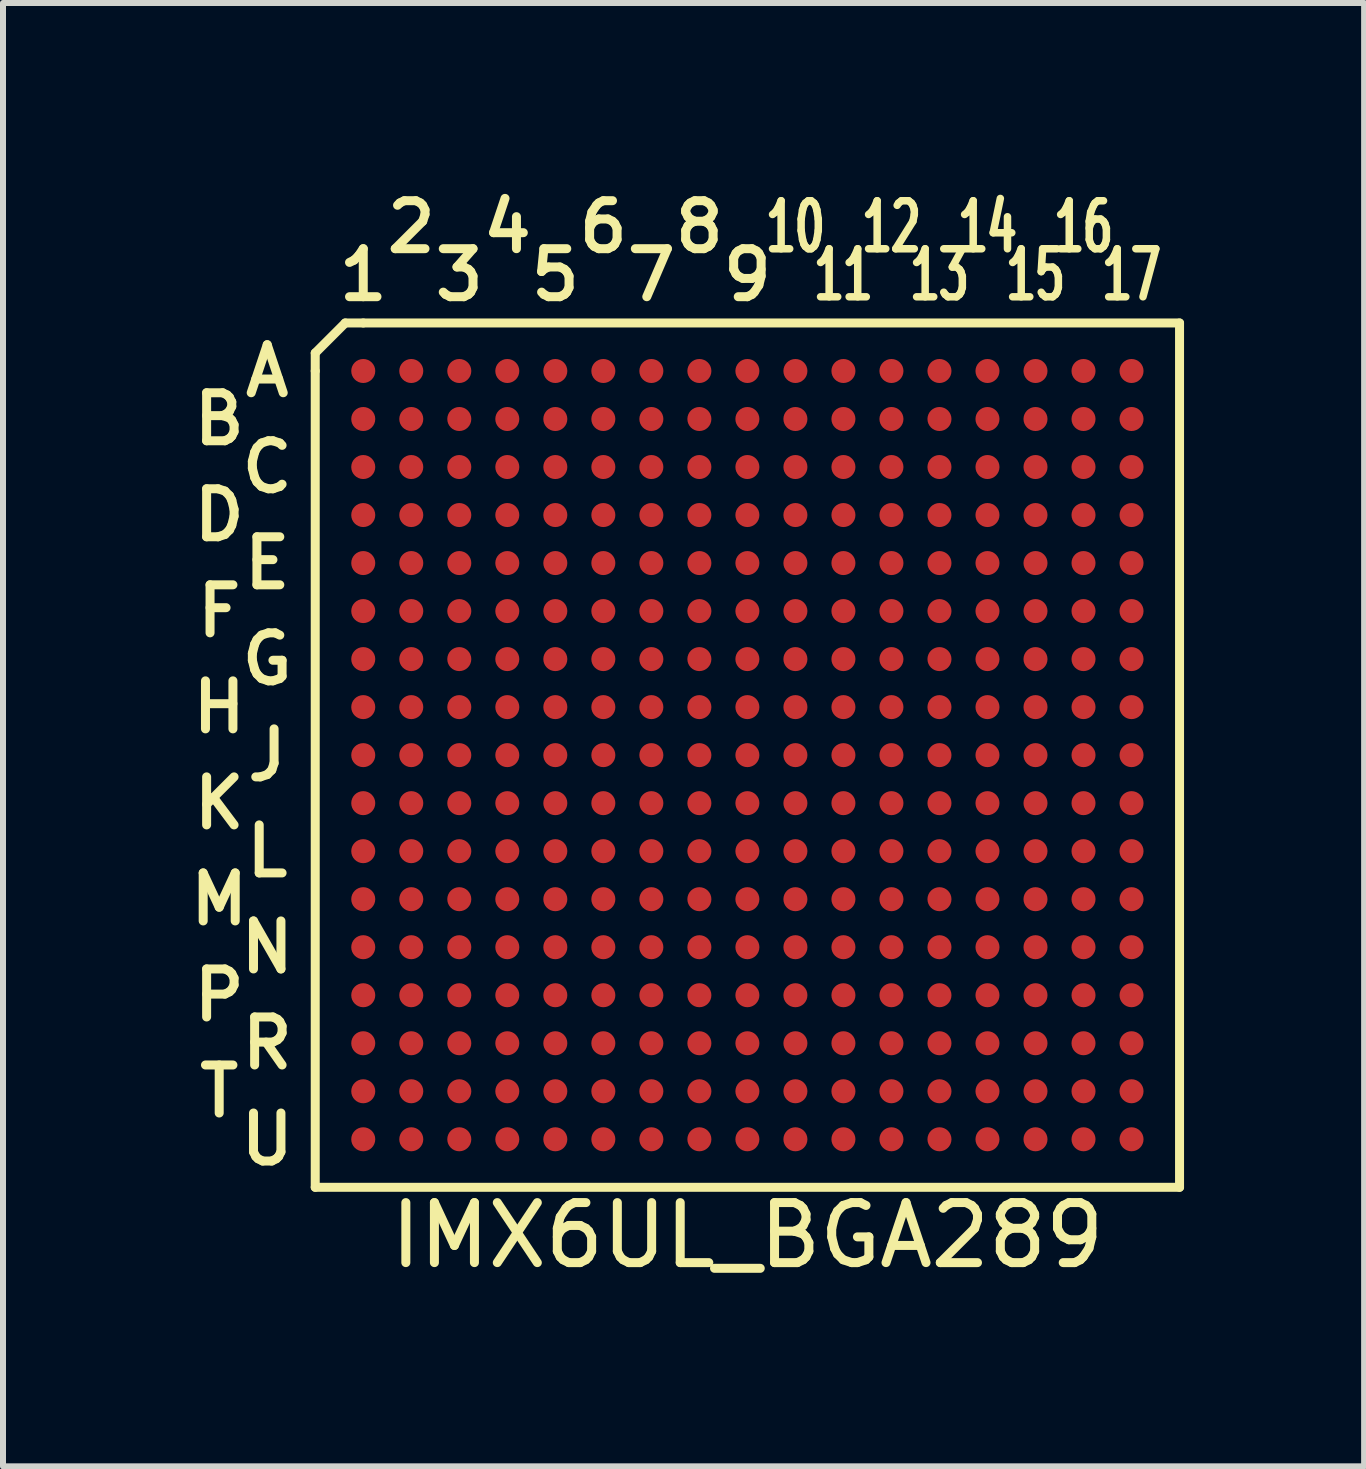
<source format=kicad_pcb>
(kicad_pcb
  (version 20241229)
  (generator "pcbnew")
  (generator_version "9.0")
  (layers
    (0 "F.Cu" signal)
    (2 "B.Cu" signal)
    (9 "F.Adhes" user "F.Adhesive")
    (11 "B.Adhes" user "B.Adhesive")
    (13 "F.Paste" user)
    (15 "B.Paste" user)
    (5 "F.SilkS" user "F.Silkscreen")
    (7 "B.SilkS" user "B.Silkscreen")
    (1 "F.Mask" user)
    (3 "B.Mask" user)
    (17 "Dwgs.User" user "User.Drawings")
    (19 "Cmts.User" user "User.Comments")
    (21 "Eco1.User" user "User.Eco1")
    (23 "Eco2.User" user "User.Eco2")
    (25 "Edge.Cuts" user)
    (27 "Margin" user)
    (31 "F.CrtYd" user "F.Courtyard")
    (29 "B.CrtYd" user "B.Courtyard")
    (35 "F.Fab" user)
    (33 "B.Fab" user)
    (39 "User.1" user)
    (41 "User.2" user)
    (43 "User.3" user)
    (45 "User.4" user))
  (footprint "IMX6UL_BGA289"
    (layer "F.Cu")
    (at 9.402 9.531)
    (property "Reference" "IMX6UL_BGA289" (at 0 8 0) (layer "F.SilkS") (effects (font (size 1 1) (thickness 0.15))))
    (attr through_hole)
    (fp_line (start -7.2 -6.7) (end -7.2 -6.4) (stroke (width 0.15) (type solid)) (layer "F.SilkS"))
    (fp_line (start -7.2 -6.4) (end -7.2 7.2) (stroke (width 0.15) (type solid)) (layer "F.SilkS"))
    (fp_line (start -7.2 7.2) (end 7.2 7.2) (stroke (width 0.15) (type solid)) (layer "F.SilkS"))
    (fp_line (start -6.7 -7.2) (end -7.2 -6.7) (stroke (width 0.15) (type solid)) (layer "F.SilkS"))
    (fp_line (start -6.4 -7.2) (end -6.7 -7.2) (stroke (width 0.15) (type solid)) (layer "F.SilkS"))
    (fp_line (start -6.4 -7.2) (end 7.2 -7.2) (stroke (width 0.15) (type solid)) (layer "F.SilkS"))
    (fp_line (start 7.2 -7.2) (end 7.2 7.2) (stroke (width 0.15) (type solid)) (layer "F.SilkS"))
    (fp_text user "13" (at 3.2 -8 0) (layer "F.SilkS") (effects (font (size 0.8 0.5) (thickness 0.125))))
    (fp_text user "3" (at -4.8 -8 0) (layer "F.SilkS") (effects (font (size 0.8 0.8) (thickness 0.15))))
    (fp_text user "15" (at 4.8 -8 0) (layer "F.SilkS") (effects (font (size 0.8 0.5) (thickness 0.125))))
    (fp_text user "D" (at -8.8 -4 0) (layer "F.SilkS") (effects (font (size 0.8 0.8) (thickness 0.15))))
    (fp_text user "N" (at -8 3.2 0) (layer "F.SilkS") (effects (font (size 0.8 0.8) (thickness 0.15))))
    (fp_text user "F" (at -8.8 -2.4 0) (layer "F.SilkS") (effects (font (size 0.8 0.8) (thickness 0.15))))
    (fp_text user "H" (at -8.8 -0.8 0) (layer "F.SilkS") (effects (font (size 0.8 0.8) (thickness 0.15))))
    (fp_text user "B" (at -8.8 -5.6 0) (layer "F.SilkS") (effects (font (size 0.8 0.8) (thickness 0.15))))
    (fp_text user "11" (at 1.6 -8 0) (layer "F.SilkS") (effects (font (size 0.8 0.5) (thickness 0.125))))
    (fp_text user "P" (at -8.8 4 0) (layer "F.SilkS") (effects (font (size 0.8 0.8) (thickness 0.15))))
    (fp_text user "T" (at -8.8 5.6 0) (layer "F.SilkS") (effects (font (size 0.8 0.8) (thickness 0.15))))
    (fp_text user "1" (at -6.4 -8 0) (layer "F.SilkS") (effects (font (size 0.8 0.8) (thickness 0.15))))
    (fp_text user "16" (at 5.6 -8.8 0) (layer "F.SilkS") (effects (font (size 0.8 0.5) (thickness 0.125))))
    (fp_text user "C" (at -8 -4.8 0) (layer "F.SilkS") (effects (font (size 0.8 0.8) (thickness 0.15))))
    (fp_text user "K" (at -8.8 0.8 0) (layer "F.SilkS") (effects (font (size 0.8 0.8) (thickness 0.15))))
    (fp_text user "7" (at -1.6 -8 0) (layer "F.SilkS") (effects (font (size 0.8 0.8) (thickness 0.15))))
    (fp_text user "G" (at -8 -1.6 0) (layer "F.SilkS") (effects (font (size 0.8 0.8) (thickness 0.15))))
    (fp_text user "17" (at 6.4 -8 0) (layer "F.SilkS") (effects (font (size 0.8 0.5) (thickness 0.125))))
    (fp_text user "14" (at 4 -8.8 0) (layer "F.SilkS") (effects (font (size 0.8 0.5) (thickness 0.125))))
    (fp_text user "L" (at -8 1.6 0) (layer "F.SilkS") (effects (font (size 0.8 0.8) (thickness 0.15))))
    (fp_text user "5" (at -3.2 -8 0) (layer "F.SilkS") (effects (font (size 0.8 0.8) (thickness 0.15))))
    (fp_text user "U" (at -8 6.4 0) (layer "F.SilkS") (effects (font (size 0.8 0.8) (thickness 0.15))))
    (fp_text user "J" (at -8 0 0) (layer "F.SilkS") (effects (font (size 0.8 0.8) (thickness 0.15))))
    (fp_text user "E" (at -8 -3.2 0) (layer "F.SilkS") (effects (font (size 0.8 0.8) (thickness 0.15))))
    (fp_text user "R" (at -8 4.8 0) (layer "F.SilkS") (effects (font (size 0.8 0.8) (thickness 0.15))))
    (fp_text user "A" (at -8 -6.4 0) (layer "F.SilkS") (effects (font (size 0.8 0.8) (thickness 0.15))))
    (fp_text user "M" (at -8.8 2.4 0) (layer "F.SilkS") (effects (font (size 0.8 0.8) (thickness 0.15))))
    (fp_text user "4" (at -4 -8.8 0) (layer "F.SilkS") (effects (font (size 0.8 0.8) (thickness 0.15))))
    (fp_text user "6" (at -2.4 -8.8 0) (layer "F.SilkS") (effects (font (size 0.8 0.8) (thickness 0.15))))
    (fp_text user "8" (at -0.8 -8.8 0) (layer "F.SilkS") (effects (font (size 0.8 0.8) (thickness 0.15))))
    (fp_text user "12" (at 2.4 -8.8 0) (layer "F.SilkS") (effects (font (size 0.8 0.5) (thickness 0.125))))
    (fp_text user "10" (at 0.8 -8.8 0) (layer "F.SilkS") (effects (font (size 0.8 0.5) (thickness 0.125))))
    (fp_text user "2" (at -5.6 -8.8 0) (layer "F.SilkS") (effects (font (size 0.8 0.8) (thickness 0.15))))
    (fp_text user "9" (at 0 -8 0) (layer "F.SilkS") (effects (font (size 0.8 0.8) (thickness 0.15))))
    (pad "A1" smd circle (at -6.4 -6.4) (size 0.4 0.4) (layers "F.Cu" "F.Mask" "F.Paste"))
    (pad "A2" smd circle (at -5.6 -6.4) (size 0.4 0.4) (layers "F.Cu" "F.Mask" "F.Paste"))
    (pad "A3" smd circle (at -4.8 -6.4) (size 0.4 0.4) (layers "F.Cu" "F.Mask" "F.Paste"))
    (pad "A4" smd circle (at -4 -6.4) (size 0.4 0.4) (layers "F.Cu" "F.Mask" "F.Paste"))
    (pad "A5" smd circle (at -3.2 -6.4) (size 0.4 0.4) (layers "F.Cu" "F.Mask" "F.Paste"))
    (pad "A6" smd circle (at -2.4 -6.4) (size 0.4 0.4) (layers "F.Cu" "F.Mask" "F.Paste"))
    (pad "A7" smd circle (at -1.6 -6.4) (size 0.4 0.4) (layers "F.Cu" "F.Mask" "F.Paste"))
    (pad "A8" smd circle (at -0.8 -6.4) (size 0.4 0.4) (layers "F.Cu" "F.Mask" "F.Paste"))
    (pad "A9" smd circle (at 0 -6.4) (size 0.4 0.4) (layers "F.Cu" "F.Mask" "F.Paste"))
    (pad "A10" smd circle (at 0.8 -6.4) (size 0.4 0.4) (layers "F.Cu" "F.Mask" "F.Paste"))
    (pad "A11" smd circle (at 1.6 -6.4) (size 0.4 0.4) (layers "F.Cu" "F.Mask" "F.Paste"))
    (pad "A12" smd circle (at 2.4 -6.4) (size 0.4 0.4) (layers "F.Cu" "F.Mask" "F.Paste"))
    (pad "A13" smd circle (at 3.2 -6.4) (size 0.4 0.4) (layers "F.Cu" "F.Mask" "F.Paste"))
    (pad "A14" smd circle (at 4 -6.4) (size 0.4 0.4) (layers "F.Cu" "F.Mask" "F.Paste"))
    (pad "A15" smd circle (at 4.8 -6.4) (size 0.4 0.4) (layers "F.Cu" "F.Mask" "F.Paste"))
    (pad "A16" smd circle (at 5.6 -6.4) (size 0.4 0.4) (layers "F.Cu" "F.Mask" "F.Paste"))
    (pad "A17" smd circle (at 6.4 -6.4) (size 0.4 0.4) (layers "F.Cu" "F.Mask" "F.Paste"))
    (pad "B1" smd circle (at -6.4 -5.6) (size 0.4 0.4) (layers "F.Cu" "F.Mask" "F.Paste"))
    (pad "B2" smd circle (at -5.6 -5.6) (size 0.4 0.4) (layers "F.Cu" "F.Mask" "F.Paste"))
    (pad "B3" smd circle (at -4.8 -5.6) (size 0.4 0.4) (layers "F.Cu" "F.Mask" "F.Paste"))
    (pad "B4" smd circle (at -4 -5.6) (size 0.4 0.4) (layers "F.Cu" "F.Mask" "F.Paste"))
    (pad "B5" smd circle (at -3.2 -5.6) (size 0.4 0.4) (layers "F.Cu" "F.Mask" "F.Paste"))
    (pad "B6" smd circle (at -2.4 -5.6) (size 0.4 0.4) (layers "F.Cu" "F.Mask" "F.Paste"))
    (pad "B7" smd circle (at -1.6 -5.6) (size 0.4 0.4) (layers "F.Cu" "F.Mask" "F.Paste"))
    (pad "B8" smd circle (at -0.8 -5.6) (size 0.4 0.4) (layers "F.Cu" "F.Mask" "F.Paste"))
    (pad "B9" smd circle (at 0 -5.6) (size 0.4 0.4) (layers "F.Cu" "F.Mask" "F.Paste"))
    (pad "B10" smd circle (at 0.8 -5.6) (size 0.4 0.4) (layers "F.Cu" "F.Mask" "F.Paste"))
    (pad "B11" smd circle (at 1.6 -5.6) (size 0.4 0.4) (layers "F.Cu" "F.Mask" "F.Paste"))
    (pad "B12" smd circle (at 2.4 -5.6) (size 0.4 0.4) (layers "F.Cu" "F.Mask" "F.Paste"))
    (pad "B13" smd circle (at 3.2 -5.6) (size 0.4 0.4) (layers "F.Cu" "F.Mask" "F.Paste"))
    (pad "B14" smd circle (at 4 -5.6) (size 0.4 0.4) (layers "F.Cu" "F.Mask" "F.Paste"))
    (pad "B15" smd circle (at 4.8 -5.6) (size 0.4 0.4) (layers "F.Cu" "F.Mask" "F.Paste"))
    (pad "B16" smd circle (at 5.6 -5.6) (size 0.4 0.4) (layers "F.Cu" "F.Mask" "F.Paste"))
    (pad "B17" smd circle (at 6.4 -5.6) (size 0.4 0.4) (layers "F.Cu" "F.Mask" "F.Paste"))
    (pad "C1" smd circle (at -6.4 -4.8) (size 0.4 0.4) (layers "F.Cu" "F.Mask" "F.Paste"))
    (pad "C2" smd circle (at -5.6 -4.8) (size 0.4 0.4) (layers "F.Cu" "F.Mask" "F.Paste"))
    (pad "C3" smd circle (at -4.8 -4.8) (size 0.4 0.4) (layers "F.Cu" "F.Mask" "F.Paste"))
    (pad "C4" smd circle (at -4 -4.8) (size 0.4 0.4) (layers "F.Cu" "F.Mask" "F.Paste"))
    (pad "C5" smd circle (at -3.2 -4.8) (size 0.4 0.4) (layers "F.Cu" "F.Mask" "F.Paste"))
    (pad "C6" smd circle (at -2.4 -4.8) (size 0.4 0.4) (layers "F.Cu" "F.Mask" "F.Paste"))
    (pad "C7" smd circle (at -1.6 -4.8) (size 0.4 0.4) (layers "F.Cu" "F.Mask" "F.Paste"))
    (pad "C8" smd circle (at -0.8 -4.8) (size 0.4 0.4) (layers "F.Cu" "F.Mask" "F.Paste"))
    (pad "C9" smd circle (at 0 -4.8) (size 0.4 0.4) (layers "F.Cu" "F.Mask" "F.Paste"))
    (pad "C10" smd circle (at 0.8 -4.8) (size 0.4 0.4) (layers "F.Cu" "F.Mask" "F.Paste"))
    (pad "C11" smd circle (at 1.6 -4.8) (size 0.4 0.4) (layers "F.Cu" "F.Mask" "F.Paste"))
    (pad "C12" smd circle (at 2.4 -4.8) (size 0.4 0.4) (layers "F.Cu" "F.Mask" "F.Paste"))
    (pad "C13" smd circle (at 3.2 -4.8) (size 0.4 0.4) (layers "F.Cu" "F.Mask" "F.Paste"))
    (pad "C14" smd circle (at 4 -4.8) (size 0.4 0.4) (layers "F.Cu" "F.Mask" "F.Paste"))
    (pad "C15" smd circle (at 4.8 -4.8) (size 0.4 0.4) (layers "F.Cu" "F.Mask" "F.Paste"))
    (pad "C16" smd circle (at 5.6 -4.8) (size 0.4 0.4) (layers "F.Cu" "F.Mask" "F.Paste"))
    (pad "C17" smd circle (at 6.4 -4.8) (size 0.4 0.4) (layers "F.Cu" "F.Mask" "F.Paste"))
    (pad "D1" smd circle (at -6.4 -4) (size 0.4 0.4) (layers "F.Cu" "F.Mask" "F.Paste"))
    (pad "D2" smd circle (at -5.6 -4) (size 0.4 0.4) (layers "F.Cu" "F.Mask" "F.Paste"))
    (pad "D3" smd circle (at -4.8 -4) (size 0.4 0.4) (layers "F.Cu" "F.Mask" "F.Paste"))
    (pad "D4" smd circle (at -4 -4) (size 0.4 0.4) (layers "F.Cu" "F.Mask" "F.Paste"))
    (pad "D5" smd circle (at -3.2 -4) (size 0.4 0.4) (layers "F.Cu" "F.Mask" "F.Paste"))
    (pad "D6" smd circle (at -2.4 -4) (size 0.4 0.4) (layers "F.Cu" "F.Mask" "F.Paste"))
    (pad "D7" smd circle (at -1.6 -4) (size 0.4 0.4) (layers "F.Cu" "F.Mask" "F.Paste"))
    (pad "D8" smd circle (at -0.8 -4) (size 0.4 0.4) (layers "F.Cu" "F.Mask" "F.Paste"))
    (pad "D9" smd circle (at 0 -4) (size 0.4 0.4) (layers "F.Cu" "F.Mask" "F.Paste"))
    (pad "D10" smd circle (at 0.8 -4) (size 0.4 0.4) (layers "F.Cu" "F.Mask" "F.Paste"))
    (pad "D11" smd circle (at 1.6 -4) (size 0.4 0.4) (layers "F.Cu" "F.Mask" "F.Paste"))
    (pad "D12" smd circle (at 2.4 -4) (size 0.4 0.4) (layers "F.Cu" "F.Mask" "F.Paste"))
    (pad "D13" smd circle (at 3.2 -4) (size 0.4 0.4) (layers "F.Cu" "F.Mask" "F.Paste"))
    (pad "D14" smd circle (at 4 -4) (size 0.4 0.4) (layers "F.Cu" "F.Mask" "F.Paste"))
    (pad "D15" smd circle (at 4.8 -4) (size 0.4 0.4) (layers "F.Cu" "F.Mask" "F.Paste"))
    (pad "D16" smd circle (at 5.6 -4) (size 0.4 0.4) (layers "F.Cu" "F.Mask" "F.Paste"))
    (pad "D17" smd circle (at 6.4 -4) (size 0.4 0.4) (layers "F.Cu" "F.Mask" "F.Paste"))
    (pad "E1" smd circle (at -6.4 -3.2) (size 0.4 0.4) (layers "F.Cu" "F.Mask" "F.Paste"))
    (pad "E2" smd circle (at -5.6 -3.2) (size 0.4 0.4) (layers "F.Cu" "F.Mask" "F.Paste"))
    (pad "E3" smd circle (at -4.8 -3.2) (size 0.4 0.4) (layers "F.Cu" "F.Mask" "F.Paste"))
    (pad "E4" smd circle (at -4 -3.2) (size 0.4 0.4) (layers "F.Cu" "F.Mask" "F.Paste"))
    (pad "E5" smd circle (at -3.2 -3.2) (size 0.4 0.4) (layers "F.Cu" "F.Mask" "F.Paste"))
    (pad "E6" smd circle (at -2.4 -3.2) (size 0.4 0.4) (layers "F.Cu" "F.Mask" "F.Paste"))
    (pad "E7" smd circle (at -1.6 -3.2) (size 0.4 0.4) (layers "F.Cu" "F.Mask" "F.Paste"))
    (pad "E8" smd circle (at -0.8 -3.2) (size 0.4 0.4) (layers "F.Cu" "F.Mask" "F.Paste"))
    (pad "E9" smd circle (at 0 -3.2) (size 0.4 0.4) (layers "F.Cu" "F.Mask" "F.Paste"))
    (pad "E10" smd circle (at 0.8 -3.2) (size 0.4 0.4) (layers "F.Cu" "F.Mask" "F.Paste"))
    (pad "E11" smd circle (at 1.6 -3.2) (size 0.4 0.4) (layers "F.Cu" "F.Mask" "F.Paste"))
    (pad "E12" smd circle (at 2.4 -3.2) (size 0.4 0.4) (layers "F.Cu" "F.Mask" "F.Paste"))
    (pad "E13" smd circle (at 3.2 -3.2) (size 0.4 0.4) (layers "F.Cu" "F.Mask" "F.Paste"))
    (pad "E14" smd circle (at 4 -3.2) (size 0.4 0.4) (layers "F.Cu" "F.Mask" "F.Paste"))
    (pad "E15" smd circle (at 4.8 -3.2) (size 0.4 0.4) (layers "F.Cu" "F.Mask" "F.Paste"))
    (pad "E16" smd circle (at 5.6 -3.2) (size 0.4 0.4) (layers "F.Cu" "F.Mask" "F.Paste"))
    (pad "E17" smd circle (at 6.4 -3.2) (size 0.4 0.4) (layers "F.Cu" "F.Mask" "F.Paste"))
    (pad "F1" smd circle (at -6.4 -2.4) (size 0.4 0.4) (layers "F.Cu" "F.Mask" "F.Paste"))
    (pad "F2" smd circle (at -5.6 -2.4) (size 0.4 0.4) (layers "F.Cu" "F.Mask" "F.Paste"))
    (pad "F3" smd circle (at -4.8 -2.4) (size 0.4 0.4) (layers "F.Cu" "F.Mask" "F.Paste"))
    (pad "F4" smd circle (at -4 -2.4) (size 0.4 0.4) (layers "F.Cu" "F.Mask" "F.Paste"))
    (pad "F5" smd circle (at -3.2 -2.4) (size 0.4 0.4) (layers "F.Cu" "F.Mask" "F.Paste"))
    (pad "F6" smd circle (at -2.4 -2.4) (size 0.4 0.4) (layers "F.Cu" "F.Mask" "F.Paste"))
    (pad "F7" smd circle (at -1.6 -2.4) (size 0.4 0.4) (layers "F.Cu" "F.Mask" "F.Paste"))
    (pad "F8" smd circle (at -0.8 -2.4) (size 0.4 0.4) (layers "F.Cu" "F.Mask" "F.Paste"))
    (pad "F9" smd circle (at 0 -2.4) (size 0.4 0.4) (layers "F.Cu" "F.Mask" "F.Paste"))
    (pad "F10" smd circle (at 0.8 -2.4) (size 0.4 0.4) (layers "F.Cu" "F.Mask" "F.Paste"))
    (pad "F11" smd circle (at 1.6 -2.4) (size 0.4 0.4) (layers "F.Cu" "F.Mask" "F.Paste"))
    (pad "F12" smd circle (at 2.4 -2.4) (size 0.4 0.4) (layers "F.Cu" "F.Mask" "F.Paste"))
    (pad "F13" smd circle (at 3.2 -2.4) (size 0.4 0.4) (layers "F.Cu" "F.Mask" "F.Paste"))
    (pad "F14" smd circle (at 4 -2.4) (size 0.4 0.4) (layers "F.Cu" "F.Mask" "F.Paste"))
    (pad "F15" smd circle (at 4.8 -2.4) (size 0.4 0.4) (layers "F.Cu" "F.Mask" "F.Paste"))
    (pad "F16" smd circle (at 5.6 -2.4) (size 0.4 0.4) (layers "F.Cu" "F.Mask" "F.Paste"))
    (pad "F17" smd circle (at 6.4 -2.4) (size 0.4 0.4) (layers "F.Cu" "F.Mask" "F.Paste"))
    (pad "G1" smd circle (at -6.4 -1.6) (size 0.4 0.4) (layers "F.Cu" "F.Mask" "F.Paste"))
    (pad "G2" smd circle (at -5.6 -1.6) (size 0.4 0.4) (layers "F.Cu" "F.Mask" "F.Paste"))
    (pad "G3" smd circle (at -4.8 -1.6) (size 0.4 0.4) (layers "F.Cu" "F.Mask" "F.Paste"))
    (pad "G4" smd circle (at -4 -1.6) (size 0.4 0.4) (layers "F.Cu" "F.Mask" "F.Paste"))
    (pad "G5" smd circle (at -3.2 -1.6) (size 0.4 0.4) (layers "F.Cu" "F.Mask" "F.Paste"))
    (pad "G6" smd circle (at -2.4 -1.6) (size 0.4 0.4) (layers "F.Cu" "F.Mask" "F.Paste"))
    (pad "G7" smd circle (at -1.6 -1.6) (size 0.4 0.4) (layers "F.Cu" "F.Mask" "F.Paste"))
    (pad "G8" smd circle (at -0.8 -1.6) (size 0.4 0.4) (layers "F.Cu" "F.Mask" "F.Paste"))
    (pad "G9" smd circle (at 0 -1.6) (size 0.4 0.4) (layers "F.Cu" "F.Mask" "F.Paste"))
    (pad "G10" smd circle (at 0.8 -1.6) (size 0.4 0.4) (layers "F.Cu" "F.Mask" "F.Paste"))
    (pad "G11" smd circle (at 1.6 -1.6) (size 0.4 0.4) (layers "F.Cu" "F.Mask" "F.Paste"))
    (pad "G12" smd circle (at 2.4 -1.6) (size 0.4 0.4) (layers "F.Cu" "F.Mask" "F.Paste"))
    (pad "G13" smd circle (at 3.2 -1.6) (size 0.4 0.4) (layers "F.Cu" "F.Mask" "F.Paste"))
    (pad "G14" smd circle (at 4 -1.6) (size 0.4 0.4) (layers "F.Cu" "F.Mask" "F.Paste"))
    (pad "G15" smd circle (at 4.8 -1.6) (size 0.4 0.4) (layers "F.Cu" "F.Mask" "F.Paste"))
    (pad "G16" smd circle (at 5.6 -1.6) (size 0.4 0.4) (layers "F.Cu" "F.Mask" "F.Paste"))
    (pad "G17" smd circle (at 6.4 -1.6) (size 0.4 0.4) (layers "F.Cu" "F.Mask" "F.Paste"))
    (pad "H1" smd circle (at -6.4 -0.8) (size 0.4 0.4) (layers "F.Cu" "F.Mask" "F.Paste"))
    (pad "H2" smd circle (at -5.6 -0.8) (size 0.4 0.4) (layers "F.Cu" "F.Mask" "F.Paste"))
    (pad "H3" smd circle (at -4.8 -0.8) (size 0.4 0.4) (layers "F.Cu" "F.Mask" "F.Paste"))
    (pad "H4" smd circle (at -4 -0.8) (size 0.4 0.4) (layers "F.Cu" "F.Mask" "F.Paste"))
    (pad "H5" smd circle (at -3.2 -0.8) (size 0.4 0.4) (layers "F.Cu" "F.Mask" "F.Paste"))
    (pad "H6" smd circle (at -2.4 -0.8) (size 0.4 0.4) (layers "F.Cu" "F.Mask" "F.Paste"))
    (pad "H7" smd circle (at -1.6 -0.8) (size 0.4 0.4) (layers "F.Cu" "F.Mask" "F.Paste"))
    (pad "H8" smd circle (at -0.8 -0.8) (size 0.4 0.4) (layers "F.Cu" "F.Mask" "F.Paste"))
    (pad "H9" smd circle (at 0 -0.8) (size 0.4 0.4) (layers "F.Cu" "F.Mask" "F.Paste"))
    (pad "H10" smd circle (at 0.8 -0.8) (size 0.4 0.4) (layers "F.Cu" "F.Mask" "F.Paste"))
    (pad "H11" smd circle (at 1.6 -0.8) (size 0.4 0.4) (layers "F.Cu" "F.Mask" "F.Paste"))
    (pad "H12" smd circle (at 2.4 -0.8) (size 0.4 0.4) (layers "F.Cu" "F.Mask" "F.Paste"))
    (pad "H13" smd circle (at 3.2 -0.8) (size 0.4 0.4) (layers "F.Cu" "F.Mask" "F.Paste"))
    (pad "H14" smd circle (at 4 -0.8) (size 0.4 0.4) (layers "F.Cu" "F.Mask" "F.Paste"))
    (pad "H15" smd circle (at 4.8 -0.8) (size 0.4 0.4) (layers "F.Cu" "F.Mask" "F.Paste"))
    (pad "H16" smd circle (at 5.6 -0.8) (size 0.4 0.4) (layers "F.Cu" "F.Mask" "F.Paste"))
    (pad "H17" smd circle (at 6.4 -0.8) (size 0.4 0.4) (layers "F.Cu" "F.Mask" "F.Paste"))
    (pad "J1" smd circle (at -6.4 0) (size 0.4 0.4) (layers "F.Cu" "F.Mask" "F.Paste"))
    (pad "J2" smd circle (at -5.6 0) (size 0.4 0.4) (layers "F.Cu" "F.Mask" "F.Paste"))
    (pad "J3" smd circle (at -4.8 0) (size 0.4 0.4) (layers "F.Cu" "F.Mask" "F.Paste"))
    (pad "J4" smd circle (at -4 0) (size 0.4 0.4) (layers "F.Cu" "F.Mask" "F.Paste"))
    (pad "J5" smd circle (at -3.2 0) (size 0.4 0.4) (layers "F.Cu" "F.Mask" "F.Paste"))
    (pad "J6" smd circle (at -2.4 0) (size 0.4 0.4) (layers "F.Cu" "F.Mask" "F.Paste"))
    (pad "J7" smd circle (at -1.6 0) (size 0.4 0.4) (layers "F.Cu" "F.Mask" "F.Paste"))
    (pad "J8" smd circle (at -0.8 0) (size 0.4 0.4) (layers "F.Cu" "F.Mask" "F.Paste"))
    (pad "J9" smd circle (at 0 0) (size 0.4 0.4) (layers "F.Cu" "F.Mask" "F.Paste"))
    (pad "J10" smd circle (at 0.8 0) (size 0.4 0.4) (layers "F.Cu" "F.Mask" "F.Paste"))
    (pad "J11" smd circle (at 1.6 0) (size 0.4 0.4) (layers "F.Cu" "F.Mask" "F.Paste"))
    (pad "J12" smd circle (at 2.4 0) (size 0.4 0.4) (layers "F.Cu" "F.Mask" "F.Paste"))
    (pad "J13" smd circle (at 3.2 0) (size 0.4 0.4) (layers "F.Cu" "F.Mask" "F.Paste"))
    (pad "J14" smd circle (at 4 0) (size 0.4 0.4) (layers "F.Cu" "F.Mask" "F.Paste"))
    (pad "J15" smd circle (at 4.8 0) (size 0.4 0.4) (layers "F.Cu" "F.Mask" "F.Paste"))
    (pad "J16" smd circle (at 5.6 0) (size 0.4 0.4) (layers "F.Cu" "F.Mask" "F.Paste"))
    (pad "J17" smd circle (at 6.4 0) (size 0.4 0.4) (layers "F.Cu" "F.Mask" "F.Paste"))
    (pad "K1" smd circle (at -6.4 0.8) (size 0.4 0.4) (layers "F.Cu" "F.Mask" "F.Paste"))
    (pad "K2" smd circle (at -5.6 0.8) (size 0.4 0.4) (layers "F.Cu" "F.Mask" "F.Paste"))
    (pad "K3" smd circle (at -4.8 0.8) (size 0.4 0.4) (layers "F.Cu" "F.Mask" "F.Paste"))
    (pad "K4" smd circle (at -4 0.8) (size 0.4 0.4) (layers "F.Cu" "F.Mask" "F.Paste"))
    (pad "K5" smd circle (at -3.2 0.8) (size 0.4 0.4) (layers "F.Cu" "F.Mask" "F.Paste"))
    (pad "K6" smd circle (at -2.4 0.8) (size 0.4 0.4) (layers "F.Cu" "F.Mask" "F.Paste"))
    (pad "K7" smd circle (at -1.6 0.8) (size 0.4 0.4) (layers "F.Cu" "F.Mask" "F.Paste"))
    (pad "K8" smd circle (at -0.8 0.8) (size 0.4 0.4) (layers "F.Cu" "F.Mask" "F.Paste"))
    (pad "K9" smd circle (at 0 0.8) (size 0.4 0.4) (layers "F.Cu" "F.Mask" "F.Paste"))
    (pad "K10" smd circle (at 0.8 0.8) (size 0.4 0.4) (layers "F.Cu" "F.Mask" "F.Paste"))
    (pad "K11" smd circle (at 1.6 0.8) (size 0.4 0.4) (layers "F.Cu" "F.Mask" "F.Paste"))
    (pad "K12" smd circle (at 2.4 0.8) (size 0.4 0.4) (layers "F.Cu" "F.Mask" "F.Paste"))
    (pad "K13" smd circle (at 3.2 0.8) (size 0.4 0.4) (layers "F.Cu" "F.Mask" "F.Paste"))
    (pad "K14" smd circle (at 4 0.8) (size 0.4 0.4) (layers "F.Cu" "F.Mask" "F.Paste"))
    (pad "K15" smd circle (at 4.8 0.8) (size 0.4 0.4) (layers "F.Cu" "F.Mask" "F.Paste"))
    (pad "K16" smd circle (at 5.6 0.8) (size 0.4 0.4) (layers "F.Cu" "F.Mask" "F.Paste"))
    (pad "K17" smd circle (at 6.4 0.8) (size 0.4 0.4) (layers "F.Cu" "F.Mask" "F.Paste"))
    (pad "L1" smd circle (at -6.4 1.6) (size 0.4 0.4) (layers "F.Cu" "F.Mask" "F.Paste"))
    (pad "L2" smd circle (at -5.6 1.6) (size 0.4 0.4) (layers "F.Cu" "F.Mask" "F.Paste"))
    (pad "L3" smd circle (at -4.8 1.6) (size 0.4 0.4) (layers "F.Cu" "F.Mask" "F.Paste"))
    (pad "L4" smd circle (at -4 1.6) (size 0.4 0.4) (layers "F.Cu" "F.Mask" "F.Paste"))
    (pad "L5" smd circle (at -3.2 1.6) (size 0.4 0.4) (layers "F.Cu" "F.Mask" "F.Paste"))
    (pad "L6" smd circle (at -2.4 1.6) (size 0.4 0.4) (layers "F.Cu" "F.Mask" "F.Paste"))
    (pad "L7" smd circle (at -1.6 1.6) (size 0.4 0.4) (layers "F.Cu" "F.Mask" "F.Paste"))
    (pad "L8" smd circle (at -0.8 1.6) (size 0.4 0.4) (layers "F.Cu" "F.Mask" "F.Paste"))
    (pad "L9" smd circle (at 0 1.6) (size 0.4 0.4) (layers "F.Cu" "F.Mask" "F.Paste"))
    (pad "L10" smd circle (at 0.8 1.6) (size 0.4 0.4) (layers "F.Cu" "F.Mask" "F.Paste"))
    (pad "L11" smd circle (at 1.6 1.6) (size 0.4 0.4) (layers "F.Cu" "F.Mask" "F.Paste"))
    (pad "L12" smd circle (at 2.4 1.6) (size 0.4 0.4) (layers "F.Cu" "F.Mask" "F.Paste"))
    (pad "L13" smd circle (at 3.2 1.6) (size 0.4 0.4) (layers "F.Cu" "F.Mask" "F.Paste"))
    (pad "L14" smd circle (at 4 1.6) (size 0.4 0.4) (layers "F.Cu" "F.Mask" "F.Paste"))
    (pad "L15" smd circle (at 4.8 1.6) (size 0.4 0.4) (layers "F.Cu" "F.Mask" "F.Paste"))
    (pad "L16" smd circle (at 5.6 1.6) (size 0.4 0.4) (layers "F.Cu" "F.Mask" "F.Paste"))
    (pad "L17" smd circle (at 6.4 1.6) (size 0.4 0.4) (layers "F.Cu" "F.Mask" "F.Paste"))
    (pad "M1" smd circle (at -6.4 2.4) (size 0.4 0.4) (layers "F.Cu" "F.Mask" "F.Paste"))
    (pad "M2" smd circle (at -5.6 2.4) (size 0.4 0.4) (layers "F.Cu" "F.Mask" "F.Paste"))
    (pad "M3" smd circle (at -4.8 2.4) (size 0.4 0.4) (layers "F.Cu" "F.Mask" "F.Paste"))
    (pad "M4" smd circle (at -4 2.4) (size 0.4 0.4) (layers "F.Cu" "F.Mask" "F.Paste"))
    (pad "M5" smd circle (at -3.2 2.4) (size 0.4 0.4) (layers "F.Cu" "F.Mask" "F.Paste"))
    (pad "M6" smd circle (at -2.4 2.4) (size 0.4 0.4) (layers "F.Cu" "F.Mask" "F.Paste"))
    (pad "M7" smd circle (at -1.6 2.4) (size 0.4 0.4) (layers "F.Cu" "F.Mask" "F.Paste"))
    (pad "M8" smd circle (at -0.8 2.4) (size 0.4 0.4) (layers "F.Cu" "F.Mask" "F.Paste"))
    (pad "M9" smd circle (at 0 2.4) (size 0.4 0.4) (layers "F.Cu" "F.Mask" "F.Paste"))
    (pad "M10" smd circle (at 0.8 2.4) (size 0.4 0.4) (layers "F.Cu" "F.Mask" "F.Paste"))
    (pad "M11" smd circle (at 1.6 2.4) (size 0.4 0.4) (layers "F.Cu" "F.Mask" "F.Paste"))
    (pad "M12" smd circle (at 2.4 2.4) (size 0.4 0.4) (layers "F.Cu" "F.Mask" "F.Paste"))
    (pad "M13" smd circle (at 3.2 2.4) (size 0.4 0.4) (layers "F.Cu" "F.Mask" "F.Paste"))
    (pad "M14" smd circle (at 4 2.4) (size 0.4 0.4) (layers "F.Cu" "F.Mask" "F.Paste"))
    (pad "M15" smd circle (at 4.8 2.4) (size 0.4 0.4) (layers "F.Cu" "F.Mask" "F.Paste"))
    (pad "M16" smd circle (at 5.6 2.4) (size 0.4 0.4) (layers "F.Cu" "F.Mask" "F.Paste"))
    (pad "M17" smd circle (at 6.4 2.4) (size 0.4 0.4) (layers "F.Cu" "F.Mask" "F.Paste"))
    (pad "N1" smd circle (at -6.4 3.2) (size 0.4 0.4) (layers "F.Cu" "F.Mask" "F.Paste"))
    (pad "N2" smd circle (at -5.6 3.2) (size 0.4 0.4) (layers "F.Cu" "F.Mask" "F.Paste"))
    (pad "N3" smd circle (at -4.8 3.2) (size 0.4 0.4) (layers "F.Cu" "F.Mask" "F.Paste"))
    (pad "N4" smd circle (at -4 3.2) (size 0.4 0.4) (layers "F.Cu" "F.Mask" "F.Paste"))
    (pad "N5" smd circle (at -3.2 3.2) (size 0.4 0.4) (layers "F.Cu" "F.Mask" "F.Paste"))
    (pad "N6" smd circle (at -2.4 3.2) (size 0.4 0.4) (layers "F.Cu" "F.Mask" "F.Paste"))
    (pad "N7" smd circle (at -1.6 3.2) (size 0.4 0.4) (layers "F.Cu" "F.Mask" "F.Paste"))
    (pad "N8" smd circle (at -0.8 3.2) (size 0.4 0.4) (layers "F.Cu" "F.Mask" "F.Paste"))
    (pad "N9" smd circle (at 0 3.2) (size 0.4 0.4) (layers "F.Cu" "F.Mask" "F.Paste"))
    (pad "N10" smd circle (at 0.8 3.2) (size 0.4 0.4) (layers "F.Cu" "F.Mask" "F.Paste"))
    (pad "N11" smd circle (at 1.6 3.2) (size 0.4 0.4) (layers "F.Cu" "F.Mask" "F.Paste"))
    (pad "N12" smd circle (at 2.4 3.2) (size 0.4 0.4) (layers "F.Cu" "F.Mask" "F.Paste"))
    (pad "N13" smd circle (at 3.2 3.2) (size 0.4 0.4) (layers "F.Cu" "F.Mask" "F.Paste"))
    (pad "N14" smd circle (at 4 3.2) (size 0.4 0.4) (layers "F.Cu" "F.Mask" "F.Paste"))
    (pad "N15" smd circle (at 4.8 3.2) (size 0.4 0.4) (layers "F.Cu" "F.Mask" "F.Paste"))
    (pad "N16" smd circle (at 5.6 3.2) (size 0.4 0.4) (layers "F.Cu" "F.Mask" "F.Paste"))
    (pad "N17" smd circle (at 6.4 3.2) (size 0.4 0.4) (layers "F.Cu" "F.Mask" "F.Paste"))
    (pad "P1" smd circle (at -6.4 4) (size 0.4 0.4) (layers "F.Cu" "F.Mask" "F.Paste"))
    (pad "P2" smd circle (at -5.6 4) (size 0.4 0.4) (layers "F.Cu" "F.Mask" "F.Paste"))
    (pad "P3" smd circle (at -4.8 4) (size 0.4 0.4) (layers "F.Cu" "F.Mask" "F.Paste"))
    (pad "P4" smd circle (at -4 4) (size 0.4 0.4) (layers "F.Cu" "F.Mask" "F.Paste"))
    (pad "P5" smd circle (at -3.2 4) (size 0.4 0.4) (layers "F.Cu" "F.Mask" "F.Paste"))
    (pad "P6" smd circle (at -2.4 4) (size 0.4 0.4) (layers "F.Cu" "F.Mask" "F.Paste"))
    (pad "P7" smd circle (at -1.6 4) (size 0.4 0.4) (layers "F.Cu" "F.Mask" "F.Paste"))
    (pad "P8" smd circle (at -0.8 4) (size 0.4 0.4) (layers "F.Cu" "F.Mask" "F.Paste"))
    (pad "P9" smd circle (at 0 4) (size 0.4 0.4) (layers "F.Cu" "F.Mask" "F.Paste"))
    (pad "P10" smd circle (at 0.8 4) (size 0.4 0.4) (layers "F.Cu" "F.Mask" "F.Paste"))
    (pad "P11" smd circle (at 1.6 4) (size 0.4 0.4) (layers "F.Cu" "F.Mask" "F.Paste"))
    (pad "P12" smd circle (at 2.4 4) (size 0.4 0.4) (layers "F.Cu" "F.Mask" "F.Paste"))
    (pad "P13" smd circle (at 3.2 4) (size 0.4 0.4) (layers "F.Cu" "F.Mask" "F.Paste"))
    (pad "P14" smd circle (at 4 4) (size 0.4 0.4) (layers "F.Cu" "F.Mask" "F.Paste"))
    (pad "P15" smd circle (at 4.8 4) (size 0.4 0.4) (layers "F.Cu" "F.Mask" "F.Paste"))
    (pad "P16" smd circle (at 5.6 4) (size 0.4 0.4) (layers "F.Cu" "F.Mask" "F.Paste"))
    (pad "P17" smd circle (at 6.4 4) (size 0.4 0.4) (layers "F.Cu" "F.Mask" "F.Paste"))
    (pad "R1" smd circle (at -6.4 4.8) (size 0.4 0.4) (layers "F.Cu" "F.Mask" "F.Paste"))
    (pad "R2" smd circle (at -5.6 4.8) (size 0.4 0.4) (layers "F.Cu" "F.Mask" "F.Paste"))
    (pad "R3" smd circle (at -4.8 4.8) (size 0.4 0.4) (layers "F.Cu" "F.Mask" "F.Paste"))
    (pad "R4" smd circle (at -4 4.8) (size 0.4 0.4) (layers "F.Cu" "F.Mask" "F.Paste"))
    (pad "R5" smd circle (at -3.2 4.8) (size 0.4 0.4) (layers "F.Cu" "F.Mask" "F.Paste"))
    (pad "R6" smd circle (at -2.4 4.8) (size 0.4 0.4) (layers "F.Cu" "F.Mask" "F.Paste"))
    (pad "R7" smd circle (at -1.6 4.8) (size 0.4 0.4) (layers "F.Cu" "F.Mask" "F.Paste"))
    (pad "R8" smd circle (at -0.8 4.8) (size 0.4 0.4) (layers "F.Cu" "F.Mask" "F.Paste"))
    (pad "R9" smd circle (at 0 4.8) (size 0.4 0.4) (layers "F.Cu" "F.Mask" "F.Paste"))
    (pad "R10" smd circle (at 0.8 4.8) (size 0.4 0.4) (layers "F.Cu" "F.Mask" "F.Paste"))
    (pad "R11" smd circle (at 1.6 4.8) (size 0.4 0.4) (layers "F.Cu" "F.Mask" "F.Paste"))
    (pad "R12" smd circle (at 2.4 4.8) (size 0.4 0.4) (layers "F.Cu" "F.Mask" "F.Paste"))
    (pad "R13" smd circle (at 3.2 4.8) (size 0.4 0.4) (layers "F.Cu" "F.Mask" "F.Paste"))
    (pad "R14" smd circle (at 4 4.8) (size 0.4 0.4) (layers "F.Cu" "F.Mask" "F.Paste"))
    (pad "R15" smd circle (at 4.8 4.8) (size 0.4 0.4) (layers "F.Cu" "F.Mask" "F.Paste"))
    (pad "R16" smd circle (at 5.6 4.8) (size 0.4 0.4) (layers "F.Cu" "F.Mask" "F.Paste"))
    (pad "R17" smd circle (at 6.4 4.8) (size 0.4 0.4) (layers "F.Cu" "F.Mask" "F.Paste"))
    (pad "T1" smd circle (at -6.4 5.6) (size 0.4 0.4) (layers "F.Cu" "F.Mask" "F.Paste"))
    (pad "T2" smd circle (at -5.6 5.6) (size 0.4 0.4) (layers "F.Cu" "F.Mask" "F.Paste"))
    (pad "T3" smd circle (at -4.8 5.6) (size 0.4 0.4) (layers "F.Cu" "F.Mask" "F.Paste"))
    (pad "T4" smd circle (at -4 5.6) (size 0.4 0.4) (layers "F.Cu" "F.Mask" "F.Paste"))
    (pad "T5" smd circle (at -3.2 5.6) (size 0.4 0.4) (layers "F.Cu" "F.Mask" "F.Paste"))
    (pad "T6" smd circle (at -2.4 5.6) (size 0.4 0.4) (layers "F.Cu" "F.Mask" "F.Paste"))
    (pad "T7" smd circle (at -1.6 5.6) (size 0.4 0.4) (layers "F.Cu" "F.Mask" "F.Paste"))
    (pad "T8" smd circle (at -0.8 5.6) (size 0.4 0.4) (layers "F.Cu" "F.Mask" "F.Paste"))
    (pad "T9" smd circle (at 0 5.6) (size 0.4 0.4) (layers "F.Cu" "F.Mask" "F.Paste"))
    (pad "T10" smd circle (at 0.8 5.6) (size 0.4 0.4) (layers "F.Cu" "F.Mask" "F.Paste"))
    (pad "T11" smd circle (at 1.6 5.6) (size 0.4 0.4) (layers "F.Cu" "F.Mask" "F.Paste"))
    (pad "T12" smd circle (at 2.4 5.6) (size 0.4 0.4) (layers "F.Cu" "F.Mask" "F.Paste"))
    (pad "T13" smd circle (at 3.2 5.6) (size 0.4 0.4) (layers "F.Cu" "F.Mask" "F.Paste"))
    (pad "T14" smd circle (at 4 5.6) (size 0.4 0.4) (layers "F.Cu" "F.Mask" "F.Paste"))
    (pad "T15" smd circle (at 4.8 5.6) (size 0.4 0.4) (layers "F.Cu" "F.Mask" "F.Paste"))
    (pad "T16" smd circle (at 5.6 5.6) (size 0.4 0.4) (layers "F.Cu" "F.Mask" "F.Paste"))
    (pad "T17" smd circle (at 6.4 5.6) (size 0.4 0.4) (layers "F.Cu" "F.Mask" "F.Paste"))
    (pad "U1" smd circle (at -6.4 6.4) (size 0.4 0.4) (layers "F.Cu" "F.Mask" "F.Paste"))
    (pad "U2" smd circle (at -5.6 6.4) (size 0.4 0.4) (layers "F.Cu" "F.Mask" "F.Paste"))
    (pad "U3" smd circle (at -4.8 6.4) (size 0.4 0.4) (layers "F.Cu" "F.Mask" "F.Paste"))
    (pad "U4" smd circle (at -4 6.4) (size 0.4 0.4) (layers "F.Cu" "F.Mask" "F.Paste"))
    (pad "U5" smd circle (at -3.2 6.4) (size 0.4 0.4) (layers "F.Cu" "F.Mask" "F.Paste"))
    (pad "U6" smd circle (at -2.4 6.4) (size 0.4 0.4) (layers "F.Cu" "F.Mask" "F.Paste"))
    (pad "U7" smd circle (at -1.6 6.4) (size 0.4 0.4) (layers "F.Cu" "F.Mask" "F.Paste"))
    (pad "U8" smd circle (at -0.8 6.4) (size 0.4 0.4) (layers "F.Cu" "F.Mask" "F.Paste"))
    (pad "U9" smd circle (at 0 6.4) (size 0.4 0.4) (layers "F.Cu" "F.Mask" "F.Paste"))
    (pad "U10" smd circle (at 0.8 6.4) (size 0.4 0.4) (layers "F.Cu" "F.Mask" "F.Paste"))
    (pad "U11" smd circle (at 1.6 6.4) (size 0.4 0.4) (layers "F.Cu" "F.Mask" "F.Paste"))
    (pad "U12" smd circle (at 2.4 6.4) (size 0.4 0.4) (layers "F.Cu" "F.Mask" "F.Paste"))
    (pad "U13" smd circle (at 3.2 6.4) (size 0.4 0.4) (layers "F.Cu" "F.Mask" "F.Paste"))
    (pad "U14" smd circle (at 4 6.4) (size 0.4 0.4) (layers "F.Cu" "F.Mask" "F.Paste"))
    (pad "U15" smd circle (at 4.8 6.4) (size 0.4 0.4) (layers "F.Cu" "F.Mask" "F.Paste"))
    (pad "U16" smd circle (at 5.6 6.4) (size 0.4 0.4) (layers "F.Cu" "F.Mask" "F.Paste"))
    (pad "U17" smd circle (at 6.4 6.4) (size 0.4 0.4) (layers "F.Cu" "F.Mask" "F.Paste")))
  (gr_rect
    (start -3 -3)
    (end 19.677 21.38)
    (stroke (width 0.1) (type default))
    (fill no)
    (layer "Edge.Cuts")))
</source>
